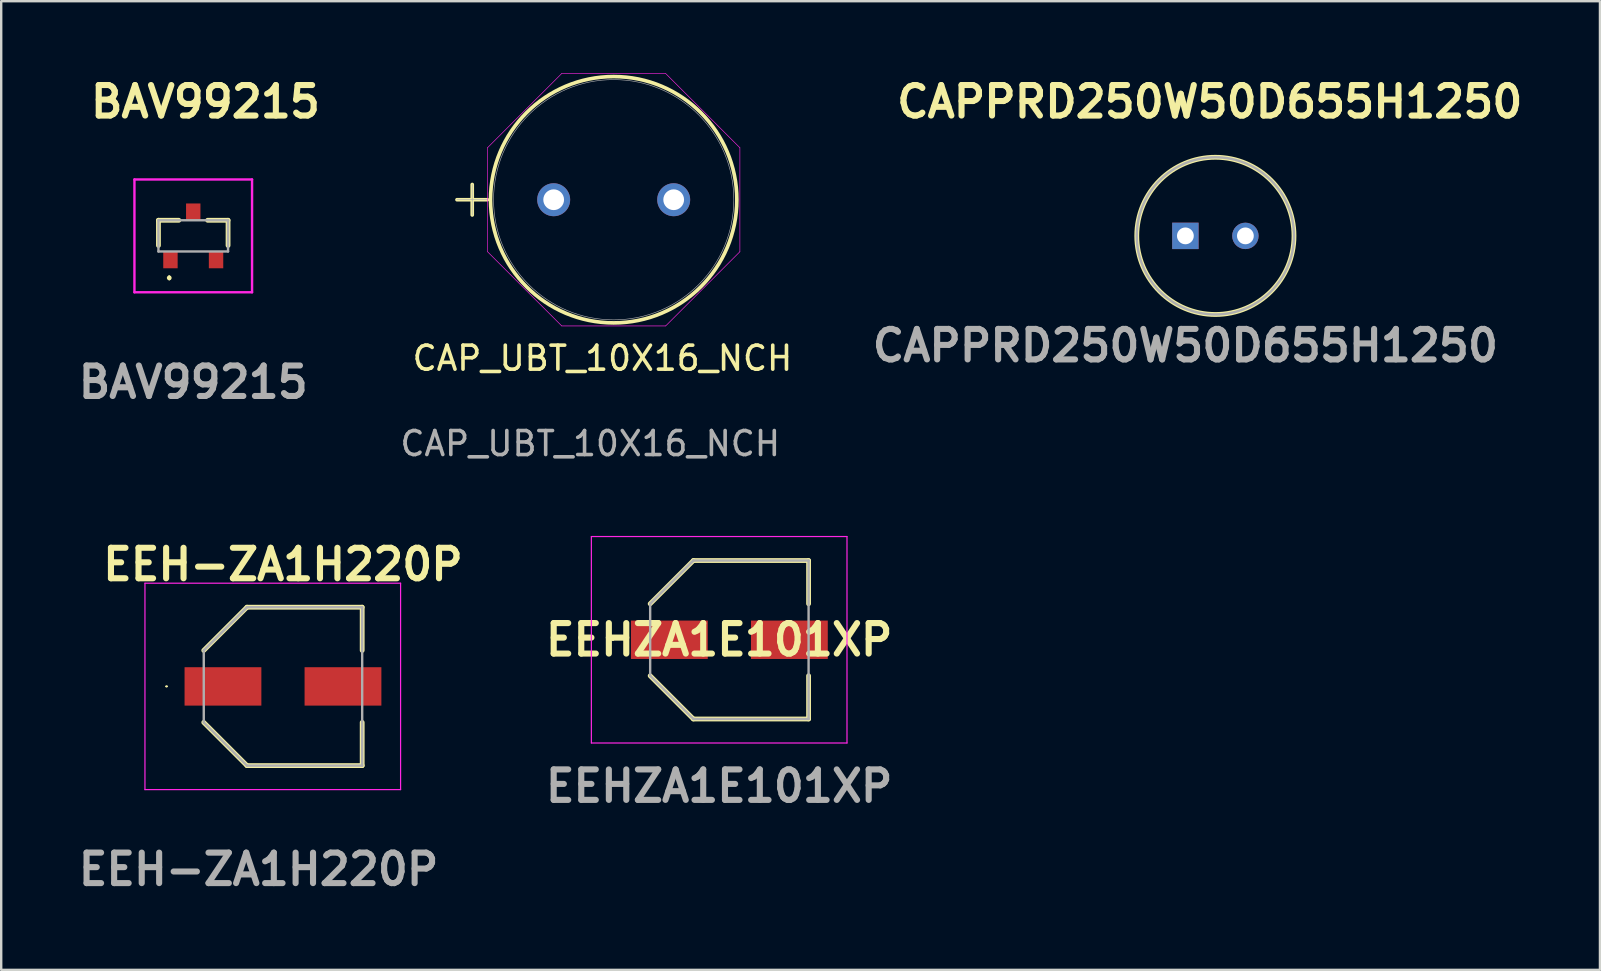
<source format=kicad_pcb>
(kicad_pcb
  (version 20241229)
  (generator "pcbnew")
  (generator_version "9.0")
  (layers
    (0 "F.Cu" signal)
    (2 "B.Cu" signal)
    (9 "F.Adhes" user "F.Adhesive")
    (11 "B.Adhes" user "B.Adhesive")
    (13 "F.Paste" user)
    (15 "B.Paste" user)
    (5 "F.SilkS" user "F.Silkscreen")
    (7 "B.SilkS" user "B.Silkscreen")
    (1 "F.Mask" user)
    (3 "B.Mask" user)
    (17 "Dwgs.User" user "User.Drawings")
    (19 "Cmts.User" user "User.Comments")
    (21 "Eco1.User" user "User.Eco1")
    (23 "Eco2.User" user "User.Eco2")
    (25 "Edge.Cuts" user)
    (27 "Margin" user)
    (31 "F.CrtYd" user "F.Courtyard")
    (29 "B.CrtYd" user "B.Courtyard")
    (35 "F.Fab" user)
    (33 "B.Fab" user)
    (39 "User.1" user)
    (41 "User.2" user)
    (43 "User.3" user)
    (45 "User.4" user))
  (footprint "CAP_UBT_10X16_NCH"
    (layer "F.Cu")
    (at 20.017 5.271)
    (property "Reference" "CAP_UBT_10X16_NCH" (at 2.032 6.604 0) (unlocked yes) (layer "F.SilkS") (effects (font (size 1 1) (thickness 0.15))))
    (attr through_hole)
    (fp_line (start -4.028 0) (end -2.758 0) (stroke (width 0.152) (type solid)) (layer "F.SilkS"))
    (fp_line (start -3.393 -0.635) (end -3.393 0.635) (stroke (width 0.152) (type solid)) (layer "F.SilkS"))
    (fp_circle (center 2.5 0) (end 7.631 0) (stroke (width 0.152) (type solid)) (fill no) (layer "F.SilkS"))
    (fp_line (start -2.758 -2.165) (end 0.335 -5.258) (stroke (width 0.025) (type solid)) (layer "F.CrtYd"))
    (fp_line (start -2.758 2.165) (end -2.758 -2.165) (stroke (width 0.025) (type solid)) (layer "F.CrtYd"))
    (fp_line (start 0.335 -5.258) (end 4.665 -5.258) (stroke (width 0.025) (type solid)) (layer "F.CrtYd"))
    (fp_line (start 0.335 5.258) (end -2.758 2.165) (stroke (width 0.025) (type solid)) (layer "F.CrtYd"))
    (fp_line (start 4.665 -5.258) (end 7.758 -2.165) (stroke (width 0.025) (type solid)) (layer "F.CrtYd"))
    (fp_line (start 4.665 5.258) (end 0.335 5.258) (stroke (width 0.025) (type solid)) (layer "F.CrtYd"))
    (fp_line (start 7.758 -2.165) (end 7.758 2.165) (stroke (width 0.025) (type solid)) (layer "F.CrtYd"))
    (fp_line (start 7.758 2.165) (end 4.665 5.258) (stroke (width 0.025) (type solid)) (layer "F.CrtYd"))
    (fp_line (start -4.028 0) (end -2.758 0) (stroke (width 0.025) (type solid)) (layer "F.Fab"))
    (fp_line (start -3.393 -0.635) (end -3.393 0.635) (stroke (width 0.025) (type solid)) (layer "F.Fab"))
    (fp_circle (center 2.5 0) (end 7.504 0) (stroke (width 0.025) (type solid)) (fill no) (layer "F.Fab"))
    (fp_text user "${REFERENCE}" (at 1.524 10.16 0) (unlocked yes) (layer "F.Fab") (effects (font (size 1 1) (thickness 0.15))))
    (pad "1" thru_hole circle (at 0 0) (size 1.372 1.372) (drill 0.864) (layers "*.Cu" "*.Mask"))
    (pad "2" thru_hole circle (at 5 0) (size 1.372 1.372) (drill 0.864) (layers "*.Cu" "*.Mask")))
  (footprint "EEHZA1E101XP"
    (layer "F.Cu")
    (at 27.337 23.604)
    (property "Reference" "EEHZA1E101XP" (at -0.425 0 0) (layer "F.SilkS") (effects (font (size 1.27 1.27) (thickness 0.254))))
    (attr smd)
    (fp_line (start -4.875 0) (end -4.875 0) (stroke (width 0.05) (type solid)) (layer "F.SilkS"))
    (fp_line (start -4.825 0) (end -4.825 0) (stroke (width 0.05) (type solid)) (layer "F.SilkS"))
    (fp_line (start -3.3 -1.5) (end -1.5 -3.3) (stroke (width 0.2) (type solid)) (layer "F.SilkS"))
    (fp_line (start -1.5 -3.3) (end 3.3 -3.3) (stroke (width 0.2) (type solid)) (layer "F.SilkS"))
    (fp_line (start -1.5 3.3) (end -3.3 1.5) (stroke (width 0.2) (type solid)) (layer "F.SilkS"))
    (fp_line (start 3.3 -3.3) (end 3.3 -1.5) (stroke (width 0.2) (type solid)) (layer "F.SilkS"))
    (fp_line (start 3.3 1.5) (end 3.3 3.3) (stroke (width 0.2) (type solid)) (layer "F.SilkS"))
    (fp_line (start 3.3 3.3) (end -1.5 3.3) (stroke (width 0.2) (type solid)) (layer "F.SilkS"))
    (fp_arc (start -4.875 0) (mid -4.85 -0.025) (end -4.825 0) (stroke (width 0.05) (type solid)) (layer "F.SilkS"))
    (fp_arc (start -4.825 0) (mid -4.85 0.025) (end -4.875 0) (stroke (width 0.05) (type solid)) (layer "F.SilkS"))
    (fp_line (start -5.75 -4.3) (end 4.9 -4.3) (stroke (width 0.05) (type solid)) (layer "F.CrtYd"))
    (fp_line (start -5.75 4.3) (end -5.75 -4.3) (stroke (width 0.05) (type solid)) (layer "F.CrtYd"))
    (fp_line (start 4.9 -4.3) (end 4.9 4.3) (stroke (width 0.05) (type solid)) (layer "F.CrtYd"))
    (fp_line (start 4.9 4.3) (end -5.75 4.3) (stroke (width 0.05) (type solid)) (layer "F.CrtYd"))
    (fp_line (start -3.3 -1.5) (end -1.5 -3.3) (stroke (width 0.1) (type solid)) (layer "F.Fab"))
    (fp_line (start -3.3 -1.5) (end -1.5 -3.3) (stroke (width 0.1) (type solid)) (layer "F.Fab"))
    (fp_line (start -3.3 1.5) (end -3.3 -1.5) (stroke (width 0.1) (type solid)) (layer "F.Fab"))
    (fp_line (start -1.5 -3.3) (end 3.3 -3.3) (stroke (width 0.1) (type solid)) (layer "F.Fab"))
    (fp_line (start -1.5 3.3) (end -3.3 1.5) (stroke (width 0.1) (type solid)) (layer "F.Fab"))
    (fp_line (start 3.3 -3.3) (end 3.3 3.3) (stroke (width 0.1) (type solid)) (layer "F.Fab"))
    (fp_line (start 3.3 3.3) (end -1.5 3.3) (stroke (width 0.1) (type solid)) (layer "F.Fab"))
    (fp_text user "${REFERENCE}" (at -0.425 6.096 0) (layer "F.Fab") (effects (font (size 1.27 1.27) (thickness 0.254))))
    (pad "1" smd rect (at -2.5 0 90) (size 1.6 3.2) (layers "F.Cu" "F.Mask" "F.Paste"))
    (pad "2" smd rect (at 2.5 0 90) (size 1.6 3.2) (layers "F.Cu" "F.Mask" "F.Paste")))
  (footprint "BAV99215"
    (layer "F.Cu")
    (at 5.001 6.777)
    (property "Reference" "BAV99215" (at 0.508 -5.588 0) (layer "F.SilkS") (effects (font (size 1.27 1.27) (thickness 0.254))))
    (attr smd)
    (fp_line (start -1.45 -0.65) (end -1.45 0.4) (stroke (width 0.2) (type solid)) (layer "F.SilkS"))
    (fp_line (start -1 1.7) (end -1 1.7) (stroke (width 0.1) (type solid)) (layer "F.SilkS"))
    (fp_line (start -1 1.8) (end -1 1.8) (stroke (width 0.1) (type solid)) (layer "F.SilkS"))
    (fp_line (start -0.6 -0.65) (end -1.45 -0.65) (stroke (width 0.2) (type solid)) (layer "F.SilkS"))
    (fp_line (start 0.6 -0.65) (end 1.45 -0.65) (stroke (width 0.2) (type solid)) (layer "F.SilkS"))
    (fp_line (start 1.45 -0.65) (end 1.45 0.4) (stroke (width 0.2) (type solid)) (layer "F.SilkS"))
    (fp_arc (start -1 1.7) (mid -0.95 1.75) (end -1 1.8) (stroke (width 0.1) (type solid)) (layer "F.SilkS"))
    (fp_arc (start -1 1.8) (mid -1.05 1.75) (end -1 1.7) (stroke (width 0.1) (type solid)) (layer "F.SilkS"))
    (fp_line (start -2.45 -2.35) (end 2.45 -2.35) (stroke (width 0.1) (type solid)) (layer "F.CrtYd"))
    (fp_line (start -2.45 2.35) (end -2.45 -2.35) (stroke (width 0.1) (type solid)) (layer "F.CrtYd"))
    (fp_line (start 2.45 -2.35) (end 2.45 2.35) (stroke (width 0.1) (type solid)) (layer "F.CrtYd"))
    (fp_line (start 2.45 2.35) (end -2.45 2.35) (stroke (width 0.1) (type solid)) (layer "F.CrtYd"))
    (fp_line (start -1.45 -0.65) (end 1.45 -0.65) (stroke (width 0.1) (type solid)) (layer "F.Fab"))
    (fp_line (start -1.45 0.65) (end -1.45 -0.65) (stroke (width 0.1) (type solid)) (layer "F.Fab"))
    (fp_line (start 1.45 -0.65) (end 1.45 0.65) (stroke (width 0.1) (type solid)) (layer "F.Fab"))
    (fp_line (start 1.45 0.65) (end -1.45 0.65) (stroke (width 0.1) (type solid)) (layer "F.Fab"))
    (fp_text user "${REFERENCE}" (at 0 6.096 0) (layer "F.Fab") (effects (font (size 1.27 1.27) (thickness 0.254))))
    (pad "1" smd rect (at -0.95 1) (size 0.6 0.7) (layers "F.Cu" "F.Mask" "F.Paste"))
    (pad "2" smd rect (at 0.95 1) (size 0.6 0.7) (layers "F.Cu" "F.Mask" "F.Paste"))
    (pad "3" smd rect (at 0 -1) (size 0.6 0.7) (layers "F.Cu" "F.Mask" "F.Paste")))
  (footprint "EEH-ZA1H220P"
    (layer "F.Cu")
    (at 8.739 25.547)
    (property "Reference" "EEH-ZA1H220P" (at 0 -5.08 0) (layer "F.SilkS") (effects (font (size 1.27 1.27) (thickness 0.254))))
    (attr smd)
    (fp_line (start -4.875 0) (end -4.875 0) (stroke (width 0.05) (type solid)) (layer "F.SilkS"))
    (fp_line (start -4.825 0) (end -4.825 0) (stroke (width 0.05) (type solid)) (layer "F.SilkS"))
    (fp_line (start -3.3 -1.5) (end -1.5 -3.3) (stroke (width 0.2) (type solid)) (layer "F.SilkS"))
    (fp_line (start -1.5 -3.3) (end 3.3 -3.3) (stroke (width 0.2) (type solid)) (layer "F.SilkS"))
    (fp_line (start -1.5 3.3) (end -3.3 1.5) (stroke (width 0.2) (type solid)) (layer "F.SilkS"))
    (fp_line (start 3.3 -3.3) (end 3.3 -1.5) (stroke (width 0.2) (type solid)) (layer "F.SilkS"))
    (fp_line (start 3.3 1.5) (end 3.3 3.3) (stroke (width 0.2) (type solid)) (layer "F.SilkS"))
    (fp_line (start 3.3 3.3) (end -1.5 3.3) (stroke (width 0.2) (type solid)) (layer "F.SilkS"))
    (fp_arc (start -4.875 0) (mid -4.85 -0.025) (end -4.825 0) (stroke (width 0.05) (type solid)) (layer "F.SilkS"))
    (fp_arc (start -4.825 0) (mid -4.85 0.025) (end -4.875 0) (stroke (width 0.05) (type solid)) (layer "F.SilkS"))
    (fp_line (start -5.75 -4.3) (end 4.9 -4.3) (stroke (width 0.05) (type solid)) (layer "F.CrtYd"))
    (fp_line (start -5.75 4.3) (end -5.75 -4.3) (stroke (width 0.05) (type solid)) (layer "F.CrtYd"))
    (fp_line (start 4.9 -4.3) (end 4.9 4.3) (stroke (width 0.05) (type solid)) (layer "F.CrtYd"))
    (fp_line (start 4.9 4.3) (end -5.75 4.3) (stroke (width 0.05) (type solid)) (layer "F.CrtYd"))
    (fp_line (start -3.3 -1.5) (end -1.5 -3.3) (stroke (width 0.1) (type solid)) (layer "F.Fab"))
    (fp_line (start -3.3 -1.5) (end -1.5 -3.3) (stroke (width 0.1) (type solid)) (layer "F.Fab"))
    (fp_line (start -3.3 1.5) (end -3.3 -1.5) (stroke (width 0.1) (type solid)) (layer "F.Fab"))
    (fp_line (start -1.5 -3.3) (end 3.3 -3.3) (stroke (width 0.1) (type solid)) (layer "F.Fab"))
    (fp_line (start -1.5 3.3) (end -3.3 1.5) (stroke (width 0.1) (type solid)) (layer "F.Fab"))
    (fp_line (start 3.3 -3.3) (end 3.3 3.3) (stroke (width 0.1) (type solid)) (layer "F.Fab"))
    (fp_line (start 3.3 3.3) (end -1.5 3.3) (stroke (width 0.1) (type solid)) (layer "F.Fab"))
    (fp_text user "${REFERENCE}" (at -1.016 7.62 0) (layer "F.Fab") (effects (font (size 1.27 1.27) (thickness 0.254))))
    (pad "1" smd rect (at -2.5 0 90) (size 1.6 3.2) (layers "F.Cu" "F.Mask" "F.Paste"))
    (pad "2" smd rect (at 2.5 0 90) (size 1.6 3.2) (layers "F.Cu" "F.Mask" "F.Paste")))
  (footprint "CAPPRD250W50D655H1250"
    (layer "F.Cu")
    (at 46.335 6.777)
    (property "Reference" "CAPPRD250W50D655H1250" (at 1.016 -5.588 0) (layer "F.SilkS") (effects (font (size 1.27 1.27) (thickness 0.254))))
    (attr through_hole)
    (fp_circle (center 1.25 0) (end 1.25 3.275) (stroke (width 0.2) (type solid)) (fill no) (layer "F.SilkS"))
    (fp_circle (center 1.25 0) (end 1.25 3.275) (stroke (width 0.1) (type solid)) (fill no) (layer "F.Fab"))
    (fp_text user "${REFERENCE}" (at 0 4.572 0) (layer "F.Fab") (effects (font (size 1.27 1.27) (thickness 0.254))))
    (pad "1" thru_hole rect (at 0 0) (size 1.1 1.1) (drill 0.7) (layers "*.Cu" "*.Mask"))
    (pad "2" thru_hole circle (at 2.5 0) (size 1.1 1.1) (drill 0.7) (layers "*.Cu" "*.Mask")))
  (gr_rect
    (start -3 -3)
    (end 63.607 37.356)
    (stroke (width 0.1) (type default))
    (fill no)
    (layer "Edge.Cuts")))
</source>
